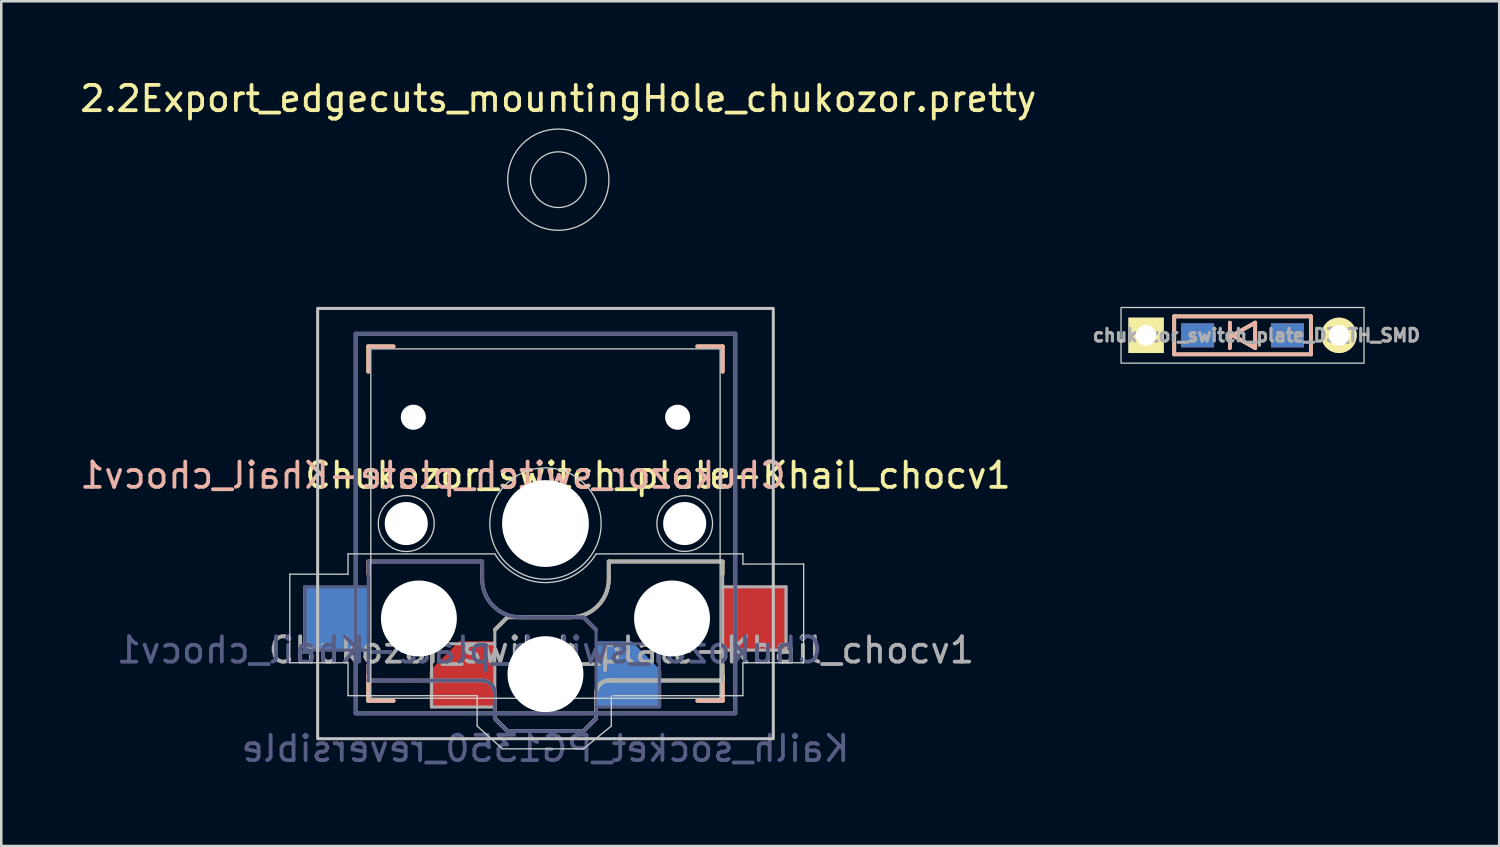
<source format=kicad_pcb>
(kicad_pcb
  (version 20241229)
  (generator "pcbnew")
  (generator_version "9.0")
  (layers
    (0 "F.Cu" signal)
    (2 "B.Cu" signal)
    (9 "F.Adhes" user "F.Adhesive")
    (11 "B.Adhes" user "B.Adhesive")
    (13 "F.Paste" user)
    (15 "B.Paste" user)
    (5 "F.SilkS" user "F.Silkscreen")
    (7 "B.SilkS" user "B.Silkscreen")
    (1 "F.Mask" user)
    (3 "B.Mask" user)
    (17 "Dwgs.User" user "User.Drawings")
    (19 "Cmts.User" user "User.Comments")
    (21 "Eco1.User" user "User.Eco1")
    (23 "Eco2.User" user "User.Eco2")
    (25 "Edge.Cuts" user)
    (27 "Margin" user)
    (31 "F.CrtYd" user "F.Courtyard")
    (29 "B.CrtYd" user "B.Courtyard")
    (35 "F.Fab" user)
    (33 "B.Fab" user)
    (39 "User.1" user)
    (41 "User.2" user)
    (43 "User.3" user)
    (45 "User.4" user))
  (footprint "2.2Export_edgecuts_mountingHole_chukozor.pretty"
    (layer "F.Cu")
    (at 19.006 4.048)
    (property "Reference" "2.2Export_edgecuts_mountingHole_chukozor.pretty" (at 0 -3.2 0) (layer "F.SilkS") (effects (font (size 1 1) (thickness 0.15))))
    (attr exclude_from_pos_files exclude_from_bom)
    (fp_circle (center 0 0) (end 0 1.1) (stroke (width 0.05) (type default)) (fill no) (layer "Edge.Cuts"))
    (fp_circle (center 0 0) (end 0 2) (stroke (width 0.05) (type default)) (fill no) (layer "Edge.Cuts")))
  (footprint "Chukozor_switch_plate-Khail_chocv1"
    (layer "F.Cu")
    (at 18.499 17.633)
    (property "Reference" "Chukozor_switch_plate-Khail_chocv1" (at 4.445 -1.905 0) (layer "F.SilkS") (effects (font (size 1 1) (thickness 0.15))))
    (property "Value" "Kailh_socket_PG1350_reversible" (at 0 8.89 0) (layer "F.Fab") (hide yes) (effects (font (size 1 1) (thickness 0.15))))
    (attr smd)
    (fp_line (start -7 -7) (end -6 -7) (stroke (width 0.15) (type solid)) (layer "F.SilkS"))
    (fp_line (start -7 -6) (end -7 -7) (stroke (width 0.15) (type solid)) (layer "F.SilkS"))
    (fp_line (start -7 7) (end -7 6) (stroke (width 0.15) (type solid)) (layer "F.SilkS"))
    (fp_line (start -6 7) (end -7 7) (stroke (width 0.15) (type solid)) (layer "F.SilkS"))
    (fp_line (start -2 4.2) (end -1.5 3.7) (stroke (width 0.15) (type solid)) (layer "F.SilkS"))
    (fp_line (start -2 7.7) (end -1.5 8.2) (stroke (width 0.15) (type solid)) (layer "F.SilkS"))
    (fp_line (start -1.5 3.7) (end 1 3.7) (stroke (width 0.15) (type solid)) (layer "F.SilkS"))
    (fp_line (start -1.5 8.2) (end 1.5 8.2) (stroke (width 0.15) (type solid)) (layer "F.SilkS"))
    (fp_line (start 1.5 8.2) (end 2 7.7) (stroke (width 0.15) (type solid)) (layer "F.SilkS"))
    (fp_line (start 2 6.7) (end 2 7.7) (stroke (width 0.15) (type solid)) (layer "F.SilkS"))
    (fp_line (start 2.5 1.5) (end 7 1.5) (stroke (width 0.15) (type solid)) (layer "F.SilkS"))
    (fp_line (start 2.5 2.2) (end 2.5 1.5) (stroke (width 0.15) (type solid)) (layer "F.SilkS"))
    (fp_line (start 6 -7) (end 7 -7) (stroke (width 0.15) (type solid)) (layer "F.SilkS"))
    (fp_line (start 7 -7) (end 7 -6) (stroke (width 0.15) (type solid)) (layer "F.SilkS"))
    (fp_line (start 7 1.5) (end 7 2) (stroke (width 0.15) (type solid)) (layer "F.SilkS"))
    (fp_line (start 7 5.6) (end 7 6.2) (stroke (width 0.15) (type solid)) (layer "F.SilkS"))
    (fp_line (start 7 6) (end 7 7) (stroke (width 0.15) (type solid)) (layer "F.SilkS"))
    (fp_line (start 7 6.2) (end 2.5 6.2) (stroke (width 0.15) (type solid)) (layer "F.SilkS"))
    (fp_line (start 7 7) (end 6 7) (stroke (width 0.15) (type solid)) (layer "F.SilkS"))
    (fp_arc (start 2 6.7) (mid 2.146447 6.346447) (end 2.5 6.2) (stroke (width 0.15) (type solid)) (layer "F.SilkS"))
    (fp_arc (start 2.5 2.2) (mid 2.06066 3.26066) (end 1 3.7) (stroke (width 0.15) (type solid)) (layer "F.SilkS"))
    (fp_line (start -7 -7) (end -6 -7) (stroke (width 0.15) (type solid)) (layer "B.SilkS"))
    (fp_line (start -7 -6) (end -7 -7) (stroke (width 0.15) (type solid)) (layer "B.SilkS"))
    (fp_line (start -7 1.5) (end -7 2) (stroke (width 0.15) (type solid)) (layer "B.SilkS"))
    (fp_line (start -7 5.6) (end -7 6.2) (stroke (width 0.15) (type solid)) (layer "B.SilkS"))
    (fp_line (start -7 6.2) (end -2.5 6.2) (stroke (width 0.15) (type solid)) (layer "B.SilkS"))
    (fp_line (start -7 7) (end -7 6) (stroke (width 0.15) (type solid)) (layer "B.SilkS"))
    (fp_line (start -6 7) (end -7 7) (stroke (width 0.15) (type solid)) (layer "B.SilkS"))
    (fp_line (start -2.5 1.5) (end -7 1.5) (stroke (width 0.15) (type solid)) (layer "B.SilkS"))
    (fp_line (start -2.5 2.2) (end -2.5 1.5) (stroke (width 0.15) (type solid)) (layer "B.SilkS"))
    (fp_line (start -2 6.7) (end -2 7.7) (stroke (width 0.15) (type solid)) (layer "B.SilkS"))
    (fp_line (start -1.5 8.2) (end -2 7.7) (stroke (width 0.15) (type solid)) (layer "B.SilkS"))
    (fp_line (start 1.5 3.7) (end -1 3.7) (stroke (width 0.15) (type solid)) (layer "B.SilkS"))
    (fp_line (start 1.5 8.2) (end -1.5 8.2) (stroke (width 0.15) (type solid)) (layer "B.SilkS"))
    (fp_line (start 2 4.2) (end 1.5 3.7) (stroke (width 0.15) (type solid)) (layer "B.SilkS"))
    (fp_line (start 2 7.7) (end 1.5 8.2) (stroke (width 0.15) (type solid)) (layer "B.SilkS"))
    (fp_line (start 6 -7) (end 7 -7) (stroke (width 0.15) (type solid)) (layer "B.SilkS"))
    (fp_line (start 7 -7) (end 7 -6) (stroke (width 0.15) (type solid)) (layer "B.SilkS"))
    (fp_line (start 7 6) (end 7 7) (stroke (width 0.15) (type solid)) (layer "B.SilkS"))
    (fp_line (start 7 7) (end 6 7) (stroke (width 0.15) (type solid)) (layer "B.SilkS"))
    (fp_arc (start -2.5 6.2) (mid -2.146447 6.346447) (end -2 6.7) (stroke (width 0.15) (type solid)) (layer "B.SilkS"))
    (fp_arc (start -1 3.7) (mid -2.06066 3.26066) (end -2.5 2.2) (stroke (width 0.15) (type solid)) (layer "B.SilkS"))
    (fp_rect (start -9 -8.5) (end 9 8.5) (stroke (width 0.12) (type solid)) (fill no) (layer "Dwgs.User"))
    (fp_line (start -6.9 6.9) (end -6.9 -6.9) (stroke (width 0.15) (type solid)) (layer "Eco2.User"))
    (fp_line (start -6.9 6.9) (end 6.9 6.9) (stroke (width 0.15) (type solid)) (layer "Eco2.User"))
    (fp_line (start -2.6 -3.1) (end -2.6 -6.3) (stroke (width 0.15) (type solid)) (layer "Eco2.User"))
    (fp_line (start -2.6 -3.1) (end 2.6 -3.1) (stroke (width 0.15) (type solid)) (layer "Eco2.User"))
    (fp_line (start 2.6 -6.3) (end -2.6 -6.3) (stroke (width 0.15) (type solid)) (layer "Eco2.User"))
    (fp_line (start 2.6 -3.1) (end 2.6 -6.3) (stroke (width 0.15) (type solid)) (layer "Eco2.User"))
    (fp_line (start 6.9 -6.9) (end -6.9 -6.9) (stroke (width 0.15) (type solid)) (layer "Eco2.User"))
    (fp_line (start 6.9 -6.9) (end 6.9 6.9) (stroke (width 0.15) (type solid)) (layer "Eco2.User"))
    (fp_line (start -10.1 2) (end -10.1 5.5) (stroke (width 0.05) (type default)) (layer "Edge.Cuts"))
    (fp_line (start -10.1 5.5) (end -7.8 5.5) (stroke (width 0.05) (type default)) (layer "Edge.Cuts"))
    (fp_line (start -7.8 1.2) (end -7.8 2) (stroke (width 0.05) (type default)) (layer "Edge.Cuts"))
    (fp_line (start -7.8 2) (end -10.1 2) (stroke (width 0.05) (type default)) (layer "Edge.Cuts"))
    (fp_line (start -7.8 5.5) (end -7.8 6.8) (stroke (width 0.05) (type default)) (layer "Edge.Cuts"))
    (fp_line (start -7.8 6.8) (end -2.7 6.8) (stroke (width 0.05) (type default)) (layer "Edge.Cuts"))
    (fp_line (start -2.7 6.8) (end -2.7 8) (stroke (width 0.05) (type default)) (layer "Edge.Cuts"))
    (fp_line (start -2.7 8) (end -1.7 8.9) (stroke (width 0.05) (type default)) (layer "Edge.Cuts"))
    (fp_line (start -2 1.2) (end -7.8 1.2) (stroke (width 0.05) (type default)) (layer "Edge.Cuts"))
    (fp_line (start -1.7 8.9) (end 1.5 8.9) (stroke (width 0.05) (type default)) (layer "Edge.Cuts"))
    (fp_line (start 1.5 8.9) (end 2.6 8) (stroke (width 0.05) (type default)) (layer "Edge.Cuts"))
    (fp_line (start 2.6 8) (end 2.6 6.8) (stroke (width 0.05) (type default)) (layer "Edge.Cuts"))
    (fp_line (start 2.7 6.8) (end 7.8 6.8) (stroke (width 0.05) (type default)) (layer "Edge.Cuts"))
    (fp_line (start 7.8 1.2) (end 2 1.2) (stroke (width 0.05) (type default)) (layer "Edge.Cuts"))
    (fp_line (start 7.8 1.6) (end 7.8 1.2) (stroke (width 0.05) (type default)) (layer "Edge.Cuts"))
    (fp_line (start 7.8 5.5) (end 10.2 5.5) (stroke (width 0.05) (type default)) (layer "Edge.Cuts"))
    (fp_line (start 7.8 6.8) (end 7.8 5.5) (stroke (width 0.05) (type default)) (layer "Edge.Cuts"))
    (fp_line (start 10.2 1.6) (end 7.8 1.6) (stroke (width 0.05) (type default)) (layer "Edge.Cuts"))
    (fp_line (start 10.2 5.5) (end 10.2 1.6) (stroke (width 0.05) (type default)) (layer "Edge.Cuts"))
    (fp_rect (start -6.9 -6.9) (end 6.9 6.9) (stroke (width 0.05) (type default)) (fill no) (layer "Edge.Cuts"))
    (fp_arc (start 1.999999 1.2) (mid 0 2.33238) (end -1.999999 1.2) (stroke (width 0.05) (type default)) (layer "Edge.Cuts"))
    (fp_circle (center -5.5 0) (end -5.4 1.1) (stroke (width 0.05) (type default)) (fill no) (layer "Edge.Cuts"))
    (fp_circle (center 0 0) (end 0 2.2) (stroke (width 0.05) (type default)) (fill no) (layer "Edge.Cuts"))
    (fp_circle (center 5.5 0) (end 5.5 1.1) (stroke (width 0.05) (type default)) (fill no) (layer "Edge.Cuts"))
    (fp_line (start -9.5 2.5) (end -7 2.5) (stroke (width 0.12) (type solid)) (layer "B.Fab"))
    (fp_line (start -9.5 5) (end -9.5 2.5) (stroke (width 0.12) (type solid)) (layer "B.Fab"))
    (fp_line (start -7.5 -7.5) (end 7.5 -7.5) (stroke (width 0.15) (type solid)) (layer "B.Fab"))
    (fp_line (start -7.5 7.5) (end -7.5 -7.5) (stroke (width 0.15) (type solid)) (layer "B.Fab"))
    (fp_line (start -7 1.5) (end -7 6.2) (stroke (width 0.12) (type solid)) (layer "B.Fab"))
    (fp_line (start -7 5) (end -9.5 5) (stroke (width 0.12) (type solid)) (layer "B.Fab"))
    (fp_line (start -7 6.2) (end -2.5 6.2) (stroke (width 0.15) (type solid)) (layer "B.Fab"))
    (fp_line (start -2.5 1.5) (end -7 1.5) (stroke (width 0.15) (type solid)) (layer "B.Fab"))
    (fp_line (start -2.5 2.2) (end -2.5 1.5) (stroke (width 0.15) (type solid)) (layer "B.Fab"))
    (fp_line (start -2 6.7) (end -2 7.7) (stroke (width 0.15) (type solid)) (layer "B.Fab"))
    (fp_line (start -1.5 8.2) (end -2 7.7) (stroke (width 0.15) (type solid)) (layer "B.Fab"))
    (fp_line (start 1.5 3.7) (end -1 3.7) (stroke (width 0.15) (type solid)) (layer "B.Fab"))
    (fp_line (start 1.5 8.2) (end -1.5 8.2) (stroke (width 0.15) (type solid)) (layer "B.Fab"))
    (fp_line (start 2 4.2) (end 1.5 3.7) (stroke (width 0.15) (type solid)) (layer "B.Fab"))
    (fp_line (start 2 4.25) (end 2 7.7) (stroke (width 0.12) (type solid)) (layer "B.Fab"))
    (fp_line (start 2 4.75) (end 4.5 4.75) (stroke (width 0.12) (type solid)) (layer "B.Fab"))
    (fp_line (start 2 7.7) (end 1.5 8.2) (stroke (width 0.15) (type solid)) (layer "B.Fab"))
    (fp_line (start 4.5 4.75) (end 4.5 7.25) (stroke (width 0.12) (type solid)) (layer "B.Fab"))
    (fp_line (start 4.5 7.25) (end 2 7.25) (stroke (width 0.12) (type solid)) (layer "B.Fab"))
    (fp_line (start 7.5 -7.5) (end 7.5 7.5) (stroke (width 0.15) (type solid)) (layer "B.Fab"))
    (fp_line (start 7.5 7.5) (end -7.5 7.5) (stroke (width 0.15) (type solid)) (layer "B.Fab"))
    (fp_arc (start -2.5 6.2) (mid -2.146447 6.346447) (end -2 6.7) (stroke (width 0.15) (type solid)) (layer "B.Fab"))
    (fp_arc (start -1 3.7) (mid -2.06066 3.26066) (end -2.5 2.2) (stroke (width 0.15) (type solid)) (layer "B.Fab"))
    (fp_line (start -7.5 -7.5) (end 7.5 -7.5) (stroke (width 0.15) (type solid)) (layer "F.Fab"))
    (fp_line (start -7.5 7.5) (end -7.5 -7.5) (stroke (width 0.15) (type solid)) (layer "F.Fab"))
    (fp_line (start -4.5 4.75) (end -4.5 7.25) (stroke (width 0.12) (type solid)) (layer "F.Fab"))
    (fp_line (start -4.5 7.25) (end -2 7.25) (stroke (width 0.12) (type solid)) (layer "F.Fab"))
    (fp_line (start -2 4.2) (end -1.5 3.7) (stroke (width 0.15) (type solid)) (layer "F.Fab"))
    (fp_line (start -2 4.25) (end -2 7.7) (stroke (width 0.12) (type solid)) (layer "F.Fab"))
    (fp_line (start -2 4.75) (end -4.5 4.75) (stroke (width 0.12) (type solid)) (layer "F.Fab"))
    (fp_line (start -2 7.7) (end -1.5 8.2) (stroke (width 0.15) (type solid)) (layer "F.Fab"))
    (fp_line (start -1.5 3.7) (end 1 3.7) (stroke (width 0.15) (type solid)) (layer "F.Fab"))
    (fp_line (start -1.5 8.2) (end 1.5 8.2) (stroke (width 0.15) (type solid)) (layer "F.Fab"))
    (fp_line (start 1.5 8.2) (end 2 7.7) (stroke (width 0.15) (type solid)) (layer "F.Fab"))
    (fp_line (start 2 6.7) (end 2 7.7) (stroke (width 0.15) (type solid)) (layer "F.Fab"))
    (fp_line (start 2.5 1.5) (end 7 1.5) (stroke (width 0.15) (type solid)) (layer "F.Fab"))
    (fp_line (start 2.5 2.2) (end 2.5 1.5) (stroke (width 0.15) (type solid)) (layer "F.Fab"))
    (fp_line (start 7 1.5) (end 7 6.2) (stroke (width 0.12) (type solid)) (layer "F.Fab"))
    (fp_line (start 7 5) (end 9.5 5) (stroke (width 0.12) (type solid)) (layer "F.Fab"))
    (fp_line (start 7 6.2) (end 2.5 6.2) (stroke (width 0.15) (type solid)) (layer "F.Fab"))
    (fp_line (start 7.5 -7.5) (end 7.5 7.5) (stroke (width 0.15) (type solid)) (layer "F.Fab"))
    (fp_line (start 7.5 7.5) (end -7.5 7.5) (stroke (width 0.15) (type solid)) (layer "F.Fab"))
    (fp_line (start 9.5 2.5) (end 7 2.5) (stroke (width 0.12) (type solid)) (layer "F.Fab"))
    (fp_line (start 9.5 5) (end 9.5 2.5) (stroke (width 0.12) (type solid)) (layer "F.Fab"))
    (fp_arc (start 2 6.7) (mid 2.146447 6.346447) (end 2.5 6.2) (stroke (width 0.15) (type solid)) (layer "F.Fab"))
    (fp_arc (start 2.5 2.2) (mid 2.06066 3.26066) (end 1 3.7) (stroke (width 0.15) (type solid)) (layer "F.Fab"))
    (fp_text user "${REFERENCE}" (at -4.445 -1.905 0) (layer "B.SilkS") (effects (font (size 1 1) (thickness 0.15)) (justify mirror)))
    (fp_text user "${REFERENCE}" (at -3 5 0) (layer "B.Fab") (effects (font (size 1 1) (thickness 0.15)) (justify mirror)))
    (fp_text user "${VALUE}" (at 0 8.89 0) (layer "B.Fab") (effects (font (size 1 1) (thickness 0.15)) (justify mirror)))
    (fp_text user "${REFERENCE}" (at 3 5 180) (layer "F.Fab") (effects (font (size 1 1) (thickness 0.15))))
    (pad "" np_thru_hole circle (at -5.5 0) (size 1.702 1.702) (drill 1.702) (layers "*.Cu" "*.Mask"))
    (pad "" np_thru_hole circle (at -5.22 -4.2) (size 0.991 0.991) (drill 0.991) (layers "*.Cu" "*.Mask"))
    (pad "" np_thru_hole circle (at -5 3.75) (size 3 3) (drill 3) (layers "*.Cu" "*.Mask"))
    (pad "" np_thru_hole circle (at 0 0) (size 3.429 3.429) (drill 3.429) (layers "*.Cu" "*.Mask"))
    (pad "" np_thru_hole circle (at 0 5.95) (size 3 3) (drill 3) (layers "*.Cu" "*.Mask"))
    (pad "" np_thru_hole circle (at 5 3.75) (size 3 3) (drill 3) (layers "*.Cu" "*.Mask"))
    (pad "" np_thru_hole circle (at 5.22 -4.2) (size 0.991 0.991) (drill 0.991) (layers "*.Cu" "*.Mask"))
    (pad "" np_thru_hole circle (at 5.5 0) (size 1.702 1.702) (drill 1.702) (layers "*.Cu" "*.Mask"))
    (pad "1" smd roundrect (at -3.275 5.95) (size 2.6 2.6) (layers "F.Cu" "F.Mask" "F.Paste") (roundrect_rratio 0) (chamfer_ratio 0.45) (chamfer top_left))
    (pad "1" smd roundrect (at 3.275 5.95) (size 2.6 2.6) (layers "B.Cu" "B.Mask" "B.Paste") (roundrect_rratio 0) (chamfer_ratio 0.45) (chamfer top_right))
    (pad "2" smd rect (at -8.275 3.75) (size 2.6 2.6) (layers "B.Cu" "B.Mask" "B.Paste"))
    (pad "2" smd rect (at 8.275 3.75) (size 2.6 2.6) (layers "F.Cu" "F.Mask" "F.Paste")))
  (footprint "chukozor_switch_plate_D3_TH_SMD"
    (layer "F.Cu")
    (at 46.037 10.198)
    (property "Reference" "chukozor_switch_plate_D3_TH_SMD" (at 0.55 0 0) (layer "F.Fab") (effects (font (size 0.5 0.5) (thickness 0.125))))
    (attr through_hole)
    (fp_line (start -2.7 -0.75) (end -2.7 0.75) (stroke (width 0.15) (type solid)) (layer "F.SilkS"))
    (fp_line (start -2.7 0.75) (end 2.7 0.75) (stroke (width 0.15) (type solid)) (layer "F.SilkS"))
    (fp_line (start -0.5 -0.5) (end -0.5 0.5) (stroke (width 0.15) (type solid)) (layer "F.SilkS"))
    (fp_line (start -0.4 0) (end 0.5 -0.5) (stroke (width 0.15) (type solid)) (layer "F.SilkS"))
    (fp_line (start 0.5 -0.5) (end 0.5 0.5) (stroke (width 0.15) (type solid)) (layer "F.SilkS"))
    (fp_line (start 0.5 0.5) (end -0.4 0) (stroke (width 0.15) (type solid)) (layer "F.SilkS"))
    (fp_line (start 2.7 -0.75) (end -2.7 -0.75) (stroke (width 0.15) (type solid)) (layer "F.SilkS"))
    (fp_line (start 2.7 0.75) (end 2.7 -0.75) (stroke (width 0.15) (type solid)) (layer "F.SilkS"))
    (fp_line (start -2.7 -0.75) (end -2.7 0.75) (stroke (width 0.15) (type solid)) (layer "B.SilkS"))
    (fp_line (start -2.7 0.75) (end 2.7 0.75) (stroke (width 0.15) (type solid)) (layer "B.SilkS"))
    (fp_line (start -0.5 -0.5) (end -0.5 0.5) (stroke (width 0.15) (type solid)) (layer "B.SilkS"))
    (fp_line (start -0.4 0) (end 0.5 -0.5) (stroke (width 0.15) (type solid)) (layer "B.SilkS"))
    (fp_line (start 0.5 -0.5) (end 0.5 0.5) (stroke (width 0.15) (type solid)) (layer "B.SilkS"))
    (fp_line (start 0.5 0.5) (end -0.4 0) (stroke (width 0.15) (type solid)) (layer "B.SilkS"))
    (fp_line (start 2.7 -0.75) (end -2.7 -0.75) (stroke (width 0.15) (type solid)) (layer "B.SilkS"))
    (fp_line (start 2.7 0.75) (end 2.7 -0.75) (stroke (width 0.15) (type solid)) (layer "B.SilkS"))
    (fp_rect (start -4.8 -1.1) (end 4.8 1.1) (stroke (width 0.05) (type default)) (fill no) (layer "Edge.Cuts"))
    (pad "1" thru_hole rect (at -3.81 0) (size 1.397 1.397) (drill 0.813) (layers "*.Cu" "*.Mask" "F.SilkS"))
    (pad "1" smd rect (at -1.775 0) (size 1.3 0.95) (layers "F.Cu" "F.Mask" "F.Paste"))
    (pad "1" smd rect (at -1.775 0) (size 1.3 0.95) (layers "B.Cu" "B.Mask" "B.Paste"))
    (pad "2" smd rect (at 1.775 0) (size 1.3 0.95) (layers "F.Cu" "F.Mask" "F.Paste"))
    (pad "2" smd rect (at 1.775 0) (size 1.3 0.95) (layers "B.Cu" "B.Mask" "B.Paste"))
    (pad "2" thru_hole circle (at 3.81 0) (size 1.397 1.397) (drill 0.813) (layers "*.Cu" "*.Mask" "F.SilkS")))
  (gr_rect
    (start -3 -3)
    (end 56.177 30.372)
    (stroke (width 0.1) (type default))
    (fill no)
    (layer "Edge.Cuts")))
</source>
